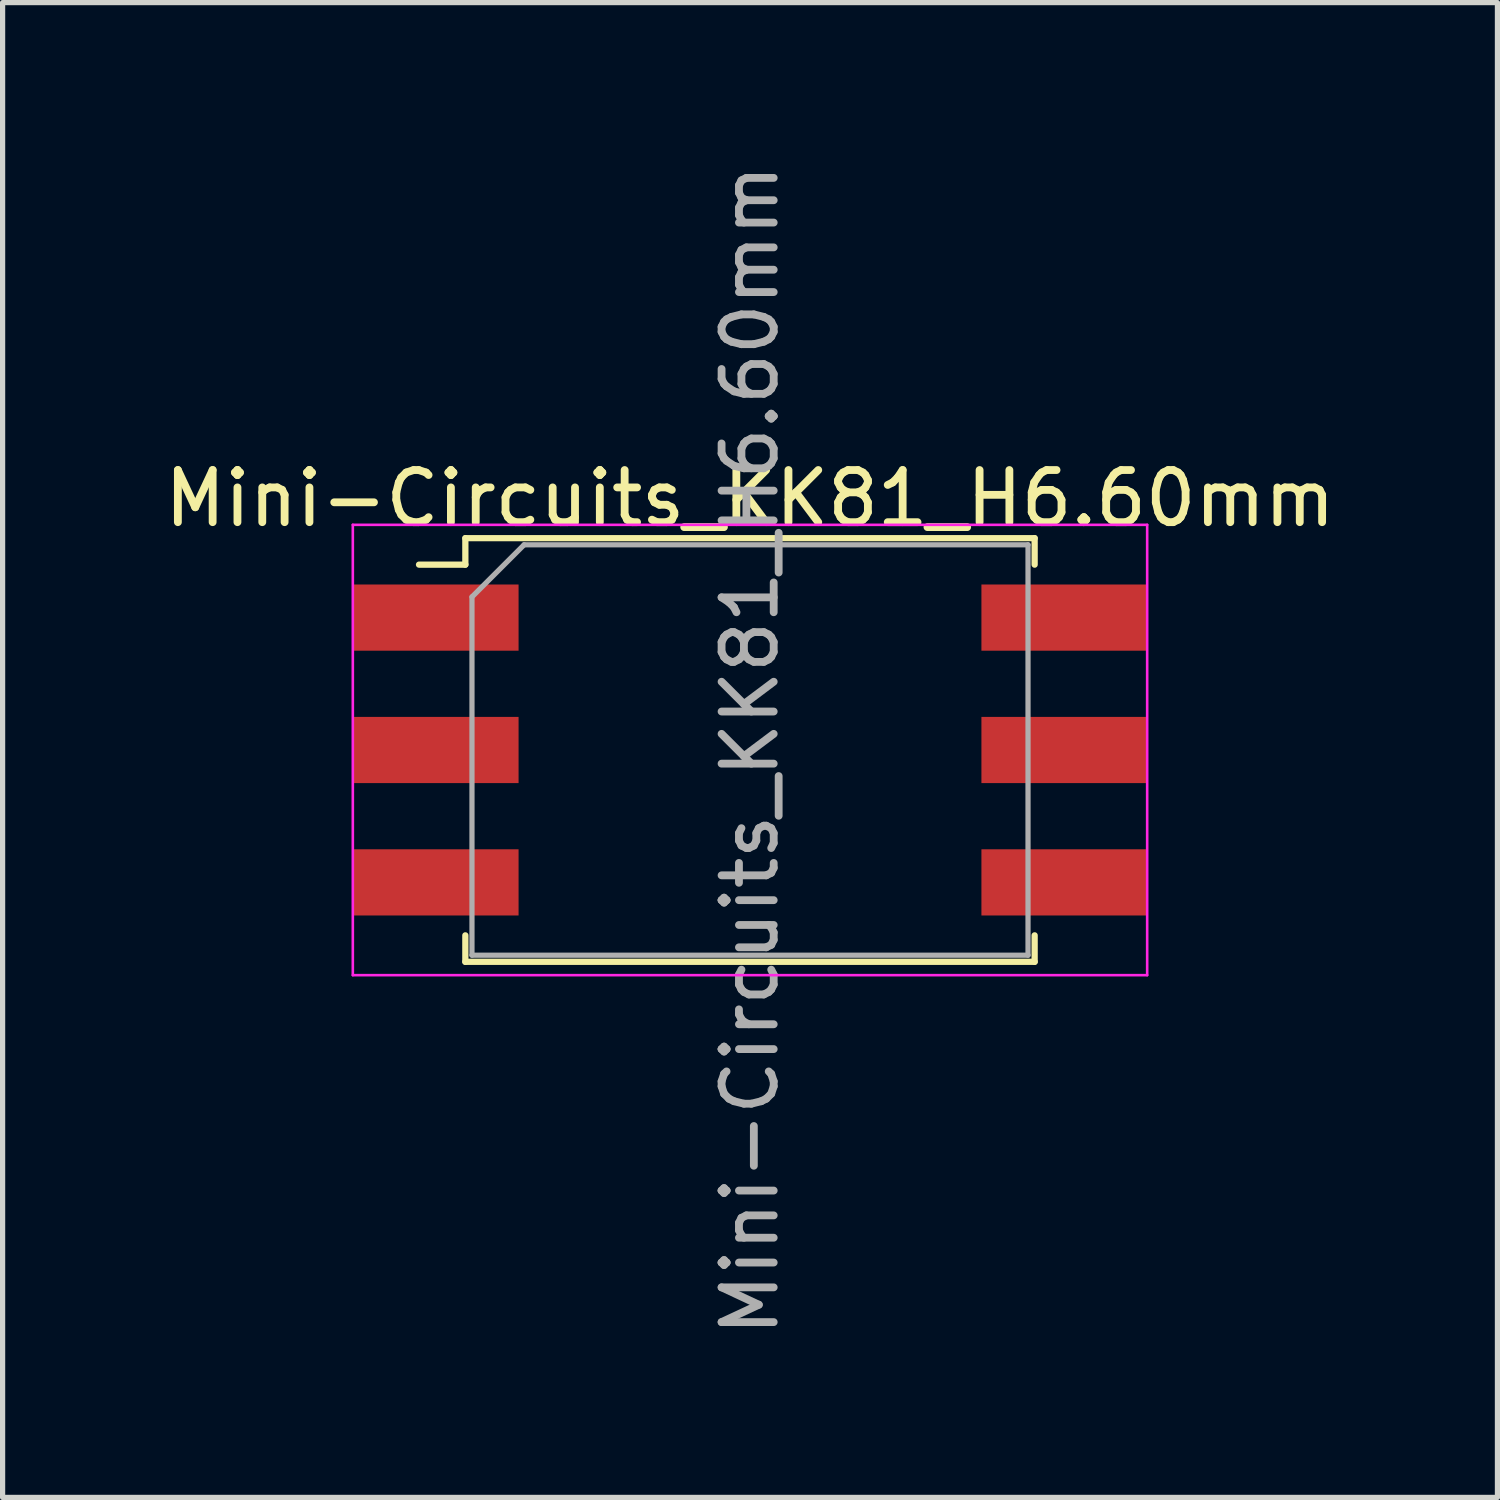
<source format=kicad_pcb>
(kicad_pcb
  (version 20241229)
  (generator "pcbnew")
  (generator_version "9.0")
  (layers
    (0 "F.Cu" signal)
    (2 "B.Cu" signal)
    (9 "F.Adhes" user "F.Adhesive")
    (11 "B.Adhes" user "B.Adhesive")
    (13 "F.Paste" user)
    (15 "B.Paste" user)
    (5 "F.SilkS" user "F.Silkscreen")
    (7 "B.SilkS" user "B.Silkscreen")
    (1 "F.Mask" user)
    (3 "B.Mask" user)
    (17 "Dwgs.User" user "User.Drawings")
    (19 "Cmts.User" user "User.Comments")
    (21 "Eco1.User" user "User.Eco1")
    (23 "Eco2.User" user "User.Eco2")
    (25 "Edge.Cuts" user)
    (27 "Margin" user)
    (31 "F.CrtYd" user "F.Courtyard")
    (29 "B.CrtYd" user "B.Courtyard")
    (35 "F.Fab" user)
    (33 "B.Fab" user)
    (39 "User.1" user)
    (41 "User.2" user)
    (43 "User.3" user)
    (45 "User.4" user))
  (footprint "Mini-Circuits_KK81_H6.60mm"
    (layer "F.Cu")
    (at 11.339 11.339)
    (property "Reference" "Mini-Circuits_KK81_H6.60mm" (at 0 -4.826 0) (layer "F.SilkS") (effects (font (size 1 1) (thickness 0.15))))
    (attr smd)
    (fp_line (start -5.461 -4.064) (end -5.461 -3.556) (stroke (width 0.12) (type solid)) (layer "F.SilkS"))
    (fp_line (start -5.461 -3.556) (end -6.35 -3.556) (stroke (width 0.12) (type solid)) (layer "F.SilkS"))
    (fp_line (start -5.461 3.556) (end -5.461 4.064) (stroke (width 0.12) (type solid)) (layer "F.SilkS"))
    (fp_line (start -5.461 4.064) (end 5.461 4.064) (stroke (width 0.12) (type solid)) (layer "F.SilkS"))
    (fp_line (start 5.461 -4.064) (end -5.461 -4.064) (stroke (width 0.12) (type solid)) (layer "F.SilkS"))
    (fp_line (start 5.461 -3.556) (end 5.461 -4.064) (stroke (width 0.12) (type solid)) (layer "F.SilkS"))
    (fp_line (start 5.461 4.064) (end 5.461 3.556) (stroke (width 0.12) (type solid)) (layer "F.SilkS"))
    (fp_line (start -7.62 4.32) (end -7.62 -4.32) (stroke (width 0.05) (type solid)) (layer "F.CrtYd"))
    (fp_line (start 7.62 -4.32) (end -7.62 -4.32) (stroke (width 0.05) (type solid)) (layer "F.CrtYd"))
    (fp_line (start 7.62 4.32) (end -7.62 4.32) (stroke (width 0.05) (type solid)) (layer "F.CrtYd"))
    (fp_line (start 7.62 4.32) (end 7.62 -4.32) (stroke (width 0.05) (type solid)) (layer "F.CrtYd"))
    (fp_line (start -5.334 3.937) (end -5.334 -2.937) (stroke (width 0.1) (type solid)) (layer "F.Fab"))
    (fp_line (start -4.334 -3.937) (end -5.334 -2.937) (stroke (width 0.1) (type solid)) (layer "F.Fab"))
    (fp_line (start -4.334 -3.937) (end 5.334 -3.937) (stroke (width 0.1) (type solid)) (layer "F.Fab"))
    (fp_line (start 5.334 -3.937) (end 5.334 3.937) (stroke (width 0.1) (type solid)) (layer "F.Fab"))
    (fp_line (start 5.334 3.937) (end -5.334 3.937) (stroke (width 0.1) (type solid)) (layer "F.Fab"))
    (fp_text user "${REFERENCE}" (at 0 0 90) (layer "F.Fab") (effects (font (size 1 1) (thickness 0.15))))
    (pad "1" smd rect (at 6.03 -2.54) (size 3.18 1.27) (layers "F.Cu" "F.Mask" "F.Paste"))
    (pad "2" smd rect (at 6.03 0) (size 3.18 1.27) (layers "F.Cu" "F.Mask" "F.Paste"))
    (pad "3" smd rect (at 6.03 2.54) (size 3.18 1.27) (layers "F.Cu" "F.Mask" "F.Paste"))
    (pad "4" smd rect (at -6.03 2.54) (size 3.18 1.27) (layers "F.Cu" "F.Mask" "F.Paste"))
    (pad "5" smd rect (at -6.03 0) (size 3.18 1.27) (layers "F.Cu" "F.Mask" "F.Paste"))
    (pad "6" smd rect (at -6.03 -2.54) (size 3.18 1.27) (layers "F.Cu" "F.Mask" "F.Paste")))
  (gr_rect
    (start -3 -3)
    (end 25.679 25.679)
    (stroke (width 0.1) (type default))
    (fill no)
    (layer "Edge.Cuts")))
</source>
